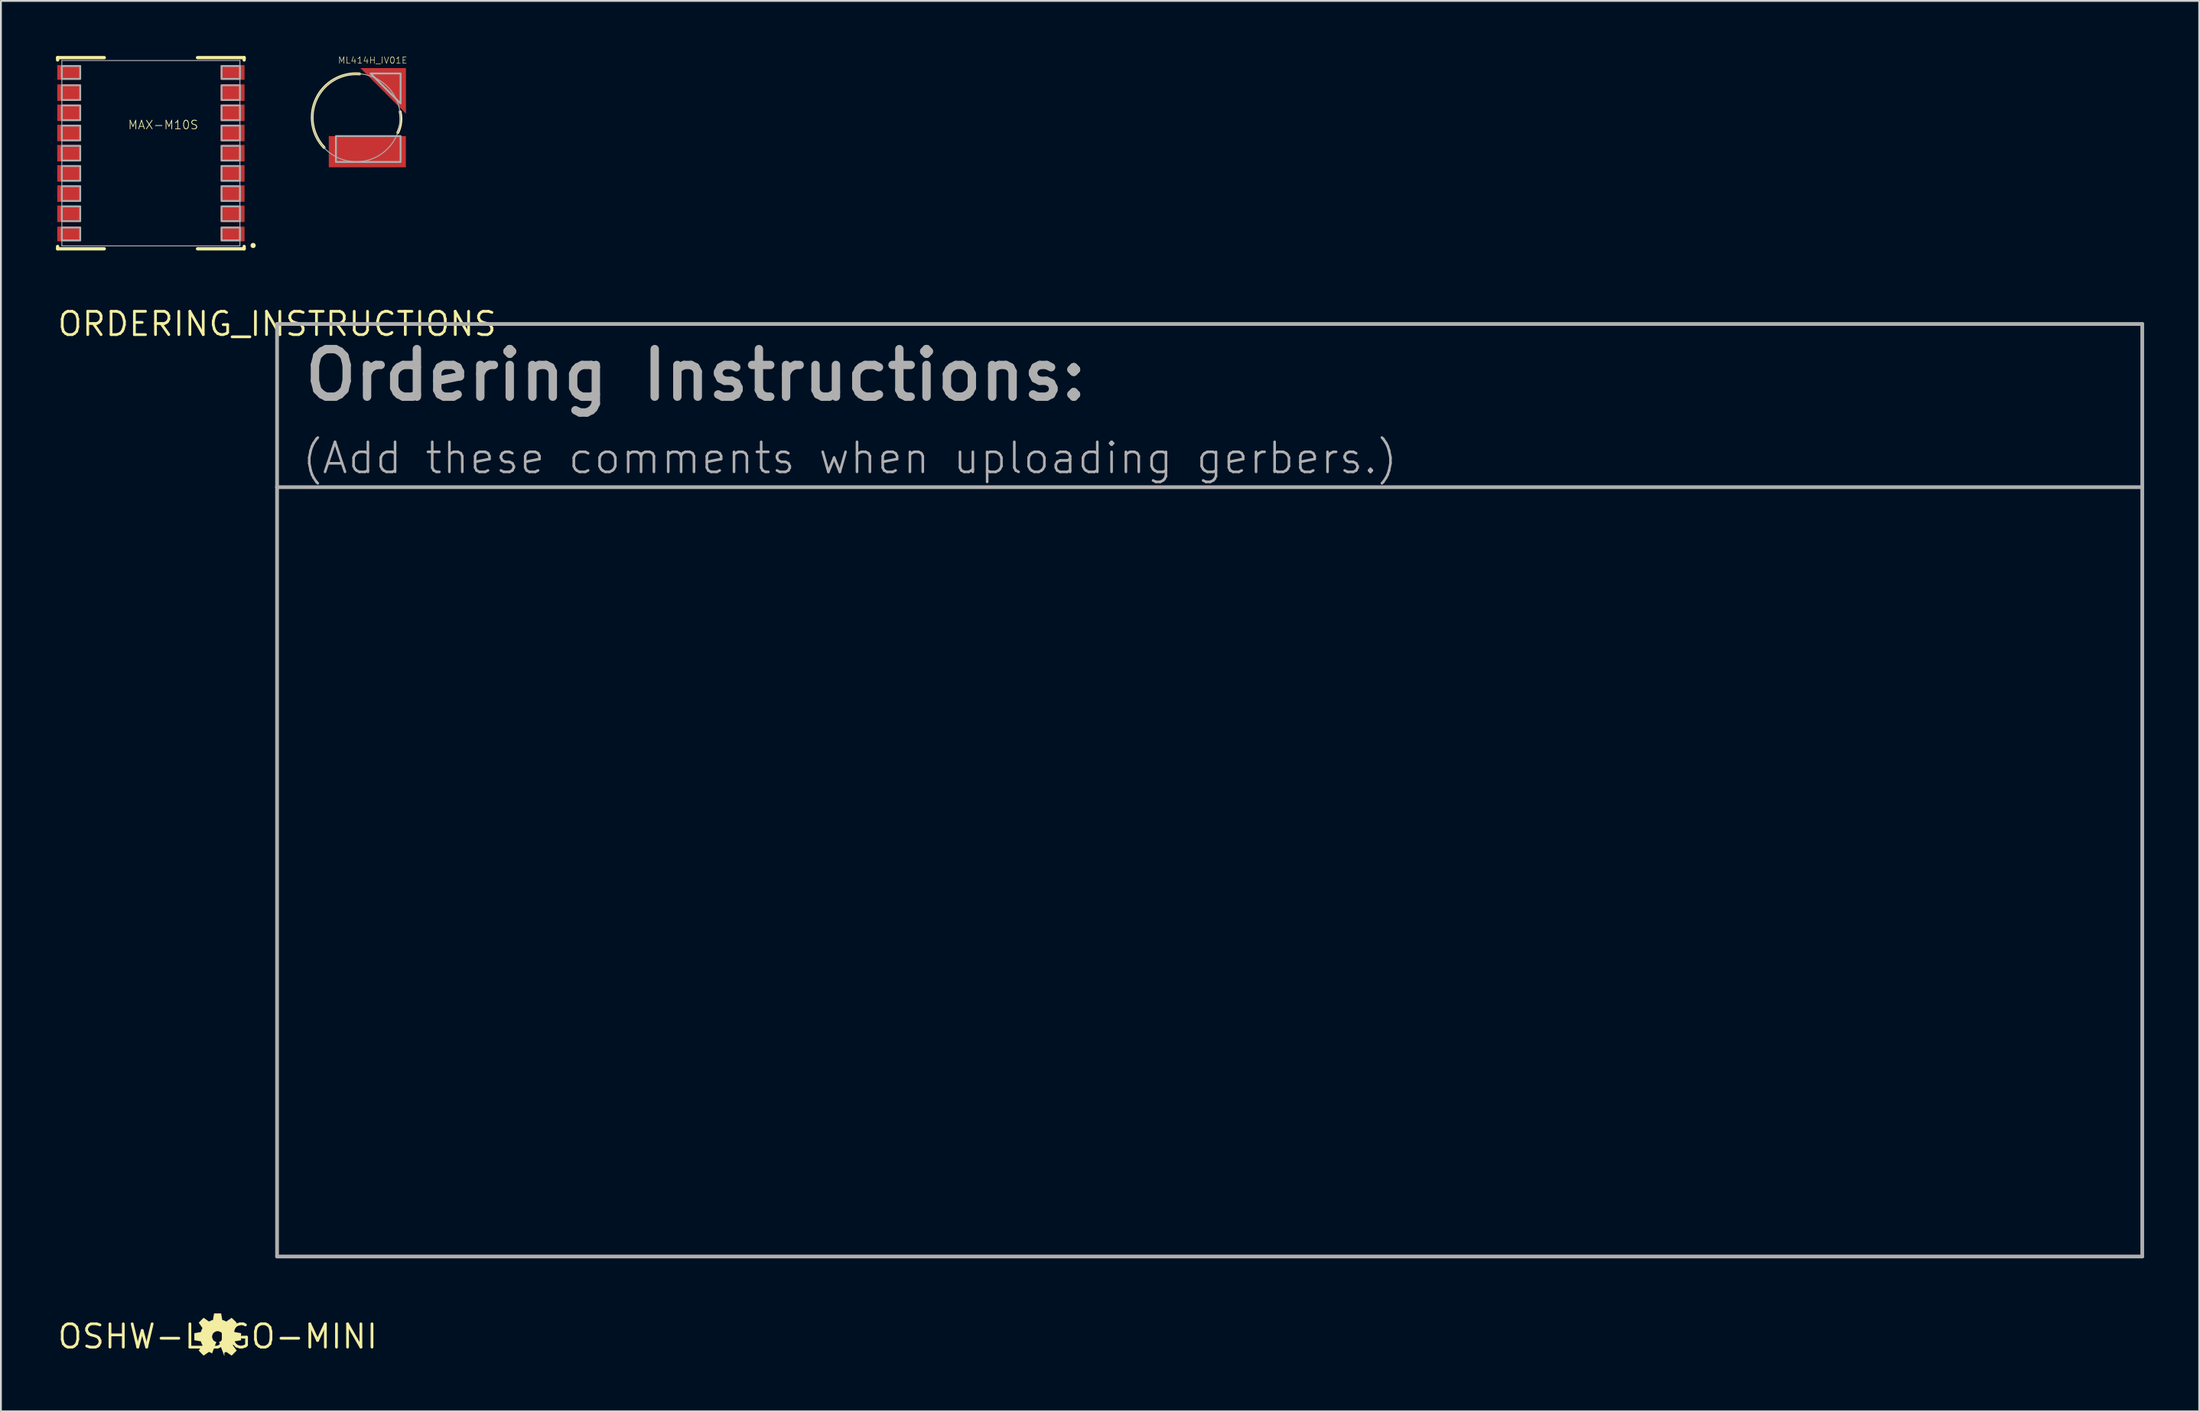
<source format=kicad_pcb>
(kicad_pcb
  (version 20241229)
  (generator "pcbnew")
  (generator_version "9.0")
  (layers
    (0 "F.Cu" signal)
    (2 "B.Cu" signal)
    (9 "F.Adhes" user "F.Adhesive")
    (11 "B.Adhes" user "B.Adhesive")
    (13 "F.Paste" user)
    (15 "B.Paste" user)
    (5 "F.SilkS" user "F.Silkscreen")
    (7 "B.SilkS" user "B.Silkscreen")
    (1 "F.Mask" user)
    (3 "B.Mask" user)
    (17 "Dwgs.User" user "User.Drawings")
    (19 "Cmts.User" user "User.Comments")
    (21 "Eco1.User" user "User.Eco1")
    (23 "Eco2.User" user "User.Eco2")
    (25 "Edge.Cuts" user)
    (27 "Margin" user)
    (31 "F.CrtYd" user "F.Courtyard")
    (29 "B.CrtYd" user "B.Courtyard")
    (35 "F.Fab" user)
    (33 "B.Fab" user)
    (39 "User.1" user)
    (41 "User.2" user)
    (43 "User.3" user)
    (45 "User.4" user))
  (footprint "OSHW-LOGO-MINI"
    (layer "F.Cu")
    (at 8.807 69.755)
    (property "Reference" "OSHW-LOGO-MINI" (at 0 0 0) (layer "F.SilkS") (effects (font (size 1.27 1.27) (thickness 0.15))))
    (fp_poly (pts (xy 0.249 -0.904) (xy 0.266 -0.895) (xy 0.276 -0.895) (xy 0.296 -0.885) (xy 0.306 -0.885) (xy 0.326 -0.875) (xy 0.352 -0.875) (xy 0.369 -0.859) (xy 0.376 -0.855) (xy 0.386 -0.855) (xy 0.419 -0.839) (xy 0.429 -0.829) (xy 0.436 -0.825) (xy 0.446 -0.825) (xy 0.468 -0.814) (xy 0.761 -1.016) (xy 1.037 -0.752) (xy 0.824 -0.458) (xy 0.828 -0.45) (xy 0.845 -0.433) (xy 0.845 -0.413) (xy 0.848 -0.41) (xy 0.858 -0.39) (xy 0.875 -0.373) (xy 0.875 -0.353) (xy 0.885 -0.343) (xy 0.885 -0.316) (xy 0.888 -0.31) (xy 0.905 -0.293) (xy 0.905 -0.273) (xy 0.915 -0.263) (xy 0.915 -0.24) (xy 1.275 -0.18) (xy 1.275 0.205) (xy 0.915 0.266) (xy 0.915 0.272) (xy 0.905 0.292) (xy 0.905 0.302) (xy 0.895 0.322) (xy 0.895 0.332) (xy 0.875 0.372) (xy 0.875 0.382) (xy 0.858 0.415) (xy 0.848 0.425) (xy 0.845 0.432) (xy 0.845 0.442) (xy 0.828 0.475) (xy 0.822 0.48) (xy 1.037 0.766) (xy 0.761 1.042) (xy 0.465 0.838) (xy 0.452 0.851) (xy 0.442 0.851) (xy 0.432 0.861) (xy 0.412 0.861) (xy 0.402 0.871) (xy 0.392 0.871) (xy 0.382 0.881) (xy 0.372 0.881) (xy 0.365 0.888) (xy 0.365 1.075) (xy 0.079 0.304) (xy 0.164 0.261) (xy 0.184 0.241) (xy 0.204 0.231) (xy 0.235 0.2) (xy 0.245 0.18) (xy 0.265 0.16) (xy 0.271 0.148) (xy 0.281 0.118) (xy 0.289 0.104) (xy 0.289 0.086) (xy 0.299 0.056) (xy 0.299 -0.021) (xy 0.289 -0.051) (xy 0.289 -0.076) (xy 0.272 -0.101) (xy 0.262 -0.131) (xy 0.227 -0.183) (xy 0.192 -0.218) (xy 0.14 -0.253) (xy 0.11 -0.263) (xy 0.085 -0.279) (xy 0.06 -0.279) (xy 0.03 -0.289) (xy -0.029 -0.289) (xy -0.069 -0.279) (xy -0.092 -0.279) (xy -0.117 -0.263) (xy -0.147 -0.253) (xy -0.169 -0.238) (xy -0.189 -0.218) (xy -0.219 -0.198) (xy -0.234 -0.183) (xy -0.269 -0.131) (xy -0.305 -0.021) (xy -0.305 0.026) (xy -0.295 0.056) (xy -0.295 0.084) (xy -0.278 0.118) (xy -0.268 0.148) (xy -0.252 0.18) (xy -0.232 0.2) (xy -0.222 0.22) (xy -0.211 0.231) (xy -0.191 0.241) (xy -0.171 0.261) (xy -0.139 0.277) (xy -0.074 0.299) (xy -0.308 0.931) (xy -0.349 0.891) (xy -0.369 0.891) (xy -0.379 0.881) (xy -0.389 0.881) (xy -0.399 0.871) (xy -0.409 0.871) (xy -0.419 0.861) (xy -0.429 0.861) (xy -0.439 0.851) (xy -0.449 0.851) (xy -0.459 0.841) (xy -0.469 0.841) (xy -0.472 0.838) (xy -0.768 1.042) (xy -1.033 0.766) (xy -0.828 0.479) (xy -0.831 0.472) (xy -0.831 0.462) (xy -0.835 0.455) (xy -0.845 0.445) (xy -0.855 0.425) (xy -0.871 0.408) (xy -0.871 0.388) (xy -0.881 0.378) (xy -0.881 0.352) (xy -0.885 0.345) (xy -0.901 0.328) (xy -0.901 0.308) (xy -0.911 0.298) (xy -0.911 0.272) (xy -0.914 0.266) (xy -1.271 0.205) (xy -1.271 -0.179) (xy -0.92 -0.24) (xy -0.911 -0.256) (xy -0.911 -0.266) (xy -0.901 -0.286) (xy -0.901 -0.296) (xy -0.881 -0.336) (xy -0.881 -0.346) (xy -0.865 -0.38) (xy -0.861 -0.383) (xy -0.861 -0.403) (xy -0.845 -0.42) (xy -0.835 -0.44) (xy -0.831 -0.443) (xy -0.831 -0.46) (xy -1.033 -0.752) (xy -0.768 -1.017) (xy -0.472 -0.813) (xy -0.459 -0.825) (xy -0.439 -0.825) (xy -0.436 -0.829) (xy -0.416 -0.839) (xy -0.399 -0.855) (xy -0.379 -0.855) (xy -0.376 -0.859) (xy -0.342 -0.875) (xy -0.332 -0.875) (xy -0.312 -0.885) (xy -0.299 -0.885) (xy -0.289 -0.895) (xy -0.262 -0.895) (xy -0.257 -0.898) (xy -0.195 -1.255) (xy 0.189 -1.255)) (stroke (width 0) (type default)) (fill yes) (layer "F.SilkS")))
  (footprint "ML414H_IV01E"
    (layer "F.Cu")
    (at 16.359 3.363)
    (property "Reference" "ML414H_IV01E" (at -1.016 -2.921 0) (unlocked yes) (layer "F.SilkS") (effects (font (size 0.351 0.351) (thickness 0.03)) (justify left bottom)))
    (fp_poly (pts (xy 2.705 -0.22) (xy 0.22 -2.705) (xy 2.705 -2.705)) (stroke (width 0) (type default)) (fill yes) (layer "F.Cu"))
    (fp_poly (pts (xy 2.705 -0.22) (xy 0.22 -2.705) (xy 2.705 -2.705)) (stroke (width 0) (type default)) (fill yes) (layer "F.Mask"))
    (fp_poly (pts (xy -1.5 2.7) (xy 2.7 2.7) (xy 2.7 1) (xy -1.5 1)) (stroke (width 0) (type default)) (fill yes) (layer "F.Mask"))
    (fp_arc (start -1.752599 1.625602) (mid -2.167967 -1.045069) (end 0.1778 -2.3876) (stroke (width 0.1524) (type solid)) (layer "F.SilkS"))
    (fp_arc (start 2.3876 -0.3302) (mid 2.42159 0.252132) (end 2.260599 0.8128) (stroke (width 0.1524) (type solid)) (layer "F.SilkS"))
    (fp_poly (pts (xy 2.705 -0.22) (xy 0.22 -2.705) (xy 2.705 -2.705)) (stroke (width 0) (type default)) (fill yes) (layer "F.Paste"))
    (fp_poly (pts (xy -1.5 2.7) (xy 2.7 2.7) (xy 2.7 1) (xy -1.5 1)) (stroke (width 0) (type default)) (fill yes) (layer "F.Paste"))
    (fp_circle (center 0 0) (end 2.4 0) (stroke (width 0.051) (type solid)) (fill no) (layer "F.Fab"))
    (fp_poly (pts (xy 2.41 -0.776) (xy 0.776 -2.41) (xy 2.41 -2.41)) (stroke (width 0.1) (type default)) (fill no) (layer "F.Fab"))
    (fp_poly (pts (xy 2.41 2.41) (xy -1.11 2.41) (xy -1.11 1) (xy 2.41 1)) (stroke (width 0.1) (type default)) (fill no) (layer "F.Fab"))
    (pad "+" smd rect (at 2.022 -2.032) (size 1 1) (layers "F.Cu"))
    (pad "-" smd rect (at 0.6 1.85) (size 4.2 1.7) (layers "F.Cu")))
  (footprint "ORDERING_INSTRUCTIONS"
    (layer "F.Cu")
    (at 12.042 14.598)
    (property "Reference" "ORDERING_INSTRUCTIONS" (at 0 0 0) (layer "F.SilkS") (effects (font (size 1.27 1.27) (thickness 0.15))))
    (fp_line (start 0 0) (end 101.6 0) (stroke (width 0.203) (type solid)) (layer "F.Fab"))
    (fp_line (start 0 8.89) (end 0 0) (stroke (width 0.203) (type solid)) (layer "F.Fab"))
    (fp_line (start 0 8.89) (end 101.6 8.89) (stroke (width 0.203) (type solid)) (layer "F.Fab"))
    (fp_line (start 0 50.8) (end 0 8.89) (stroke (width 0.203) (type solid)) (layer "F.Fab"))
    (fp_line (start 101.6 0) (end 101.6 8.89) (stroke (width 0.203) (type solid)) (layer "F.Fab"))
    (fp_line (start 101.6 8.89) (end 101.6 50.8) (stroke (width 0.203) (type solid)) (layer "F.Fab"))
    (fp_line (start 101.6 50.8) (end 0 50.8) (stroke (width 0.203) (type solid)) (layer "F.Fab"))
    (fp_text user "(Add these comments when uploading gerbers.)" (at 1.27 6.35 0) (unlocked yes) (layer "F.Fab") (effects (font (size 1.636 1.636) (thickness 0.142)) (justify left top)))
    (fp_text user "Ordering Instructions:" (at 1.27 1.27 0) (unlocked yes) (layer "F.Fab") (effects (font (size 2.591 2.591) (thickness 0.457)) (justify left top))))
  (footprint "MAX-M10S"
    (layer "F.Cu")
    (at 5.169 5.296)
    (property "Reference" "MAX-M10S" (at -1.27 -1.27 0) (unlocked yes) (layer "F.SilkS") (effects (font (size 0.467 0.467) (thickness 0.041)) (justify left bottom)))
    (fp_line (start -5.08 -5.207) (end -2.54 -5.207) (stroke (width 0.178) (type solid)) (layer "F.SilkS"))
    (fp_line (start -5.08 -5.08) (end -5.08 -5.207) (stroke (width 0.178) (type solid)) (layer "F.SilkS"))
    (fp_line (start -5.08 5.08) (end -5.08 5.207) (stroke (width 0.178) (type solid)) (layer "F.SilkS"))
    (fp_line (start -5.08 5.207) (end -2.54 5.207) (stroke (width 0.178) (type solid)) (layer "F.SilkS"))
    (fp_line (start 5.08 -5.207) (end 2.54 -5.207) (stroke (width 0.178) (type solid)) (layer "F.SilkS"))
    (fp_line (start 5.08 -5.08) (end 5.08 -5.207) (stroke (width 0.178) (type solid)) (layer "F.SilkS"))
    (fp_line (start 5.08 5.08) (end 5.08 5.207) (stroke (width 0.178) (type solid)) (layer "F.SilkS"))
    (fp_line (start 5.08 5.207) (end 2.54 5.207) (stroke (width 0.178) (type solid)) (layer "F.SilkS"))
    (fp_circle (center 5.569 5.027) (end 5.64 5.027) (stroke (width 0.141) (type solid)) (fill yes) (layer "F.SilkS"))
    (fp_line (start -4.85 -5.05) (end 4.85 -5.05) (stroke (width 0.05) (type solid)) (layer "F.Fab"))
    (fp_line (start -4.85 5.05) (end -4.85 -5.05) (stroke (width 0.05) (type solid)) (layer "F.Fab"))
    (fp_line (start 4.85 -5.05) (end 4.85 5.05) (stroke (width 0.05) (type solid)) (layer "F.Fab"))
    (fp_line (start 4.85 5.05) (end -4.85 5.05) (stroke (width 0.05) (type solid)) (layer "F.Fab"))
    (fp_poly (pts (xy -4.85 -4.05) (xy -3.85 -4.05) (xy -3.85 -4.75) (xy -4.85 -4.75)) (stroke (width 0.1) (type default)) (fill no) (layer "F.Fab"))
    (fp_poly (pts (xy -4.85 -2.9) (xy -3.85 -2.9) (xy -3.85 -3.7) (xy -4.85 -3.7)) (stroke (width 0.1) (type default)) (fill no) (layer "F.Fab"))
    (fp_poly (pts (xy -4.85 -1.8) (xy -3.85 -1.8) (xy -3.85 -2.6) (xy -4.85 -2.6)) (stroke (width 0.1) (type default)) (fill no) (layer "F.Fab"))
    (fp_poly (pts (xy -4.85 -0.7) (xy -3.85 -0.7) (xy -3.85 -1.5) (xy -4.85 -1.5)) (stroke (width 0.1) (type default)) (fill no) (layer "F.Fab"))
    (fp_poly (pts (xy -4.85 0.4) (xy -3.85 0.4) (xy -3.85 -0.4) (xy -4.85 -0.4)) (stroke (width 0.1) (type default)) (fill no) (layer "F.Fab"))
    (fp_poly (pts (xy -4.85 1.5) (xy -3.85 1.5) (xy -3.85 0.7) (xy -4.85 0.7)) (stroke (width 0.1) (type default)) (fill no) (layer "F.Fab"))
    (fp_poly (pts (xy -4.85 2.6) (xy -3.85 2.6) (xy -3.85 1.8) (xy -4.85 1.8)) (stroke (width 0.1) (type default)) (fill no) (layer "F.Fab"))
    (fp_poly (pts (xy -4.85 3.7) (xy -3.85 3.7) (xy -3.85 2.9) (xy -4.85 2.9)) (stroke (width 0.1) (type default)) (fill no) (layer "F.Fab"))
    (fp_poly (pts (xy -4.85 4.75) (xy -3.85 4.75) (xy -3.85 4.05) (xy -4.85 4.05)) (stroke (width 0.1) (type default)) (fill no) (layer "F.Fab"))
    (fp_poly (pts (xy 4.85 -4.75) (xy 3.85 -4.75) (xy 3.85 -4.05) (xy 4.85 -4.05)) (stroke (width 0.1) (type default)) (fill no) (layer "F.Fab"))
    (fp_poly (pts (xy 4.85 -3.7) (xy 3.85 -3.7) (xy 3.85 -2.9) (xy 4.85 -2.9)) (stroke (width 0.1) (type default)) (fill no) (layer "F.Fab"))
    (fp_poly (pts (xy 4.85 -2.6) (xy 3.85 -2.6) (xy 3.85 -1.8) (xy 4.85 -1.8)) (stroke (width 0.1) (type default)) (fill no) (layer "F.Fab"))
    (fp_poly (pts (xy 4.85 -1.5) (xy 3.85 -1.5) (xy 3.85 -0.7) (xy 4.85 -0.7)) (stroke (width 0.1) (type default)) (fill no) (layer "F.Fab"))
    (fp_poly (pts (xy 4.85 -0.4) (xy 3.85 -0.4) (xy 3.85 0.4) (xy 4.85 0.4)) (stroke (width 0.1) (type default)) (fill no) (layer "F.Fab"))
    (fp_poly (pts (xy 4.85 0.7) (xy 3.85 0.7) (xy 3.85 1.5) (xy 4.85 1.5)) (stroke (width 0.1) (type default)) (fill no) (layer "F.Fab"))
    (fp_poly (pts (xy 4.85 1.8) (xy 3.85 1.8) (xy 3.85 2.6) (xy 4.85 2.6)) (stroke (width 0.1) (type default)) (fill no) (layer "F.Fab"))
    (fp_poly (pts (xy 4.85 2.9) (xy 3.85 2.9) (xy 3.85 3.7) (xy 4.85 3.7)) (stroke (width 0.1) (type default)) (fill no) (layer "F.Fab"))
    (fp_poly (pts (xy 4.85 4.05) (xy 3.85 4.05) (xy 3.85 4.75) (xy 4.85 4.75)) (stroke (width 0.1) (type default)) (fill no) (layer "F.Fab"))
    (pad "1" smd rect (at 4.45 4.4 180) (size 1.3 0.8) (layers "F.Cu" "F.Mask" "F.Paste"))
    (pad "2" smd rect (at 4.45 3.3 180) (size 1.3 0.9) (layers "F.Cu" "F.Mask" "F.Paste"))
    (pad "3" smd rect (at 4.45 2.2 180) (size 1.3 0.9) (layers "F.Cu" "F.Mask" "F.Paste"))
    (pad "4" smd rect (at 4.45 1.1 180) (size 1.3 0.9) (layers "F.Cu" "F.Mask" "F.Paste"))
    (pad "5" smd rect (at 4.45 0 180) (size 1.3 0.9) (layers "F.Cu" "F.Mask" "F.Paste"))
    (pad "6" smd rect (at 4.45 -1.1 180) (size 1.3 0.9) (layers "F.Cu" "F.Mask" "F.Paste"))
    (pad "7" smd rect (at 4.45 -2.2 180) (size 1.3 0.9) (layers "F.Cu" "F.Mask" "F.Paste"))
    (pad "8" smd rect (at 4.45 -3.3 180) (size 1.3 0.9) (layers "F.Cu" "F.Mask" "F.Paste"))
    (pad "9" smd rect (at 4.45 -4.4 180) (size 1.3 0.8) (layers "F.Cu" "F.Mask" "F.Paste"))
    (pad "10" smd rect (at -4.45 -4.4) (size 1.3 0.8) (layers "F.Cu" "F.Mask" "F.Paste"))
    (pad "11" smd rect (at -4.45 -3.3) (size 1.3 0.9) (layers "F.Cu" "F.Mask" "F.Paste"))
    (pad "12" smd rect (at -4.45 -2.2) (size 1.3 0.9) (layers "F.Cu" "F.Mask" "F.Paste"))
    (pad "13" smd rect (at -4.45 -1.1) (size 1.3 0.9) (layers "F.Cu" "F.Mask" "F.Paste"))
    (pad "14" smd rect (at -4.45 0) (size 1.3 0.9) (layers "F.Cu" "F.Mask" "F.Paste"))
    (pad "15" smd rect (at -4.45 1.1) (size 1.3 0.9) (layers "F.Cu" "F.Mask" "F.Paste"))
    (pad "16" smd rect (at -4.45 2.2) (size 1.3 0.9) (layers "F.Cu" "F.Mask" "F.Paste"))
    (pad "17" smd rect (at -4.45 3.3) (size 1.3 0.9) (layers "F.Cu" "F.Mask" "F.Paste"))
    (pad "18" smd rect (at -4.45 4.4) (size 1.3 0.8) (layers "F.Cu" "F.Mask" "F.Paste")))
  (gr_rect
    (start -3 -3)
    (end 116.744 73.83)
    (stroke (width 0.1) (type default))
    (fill no)
    (layer "Edge.Cuts")))
</source>
